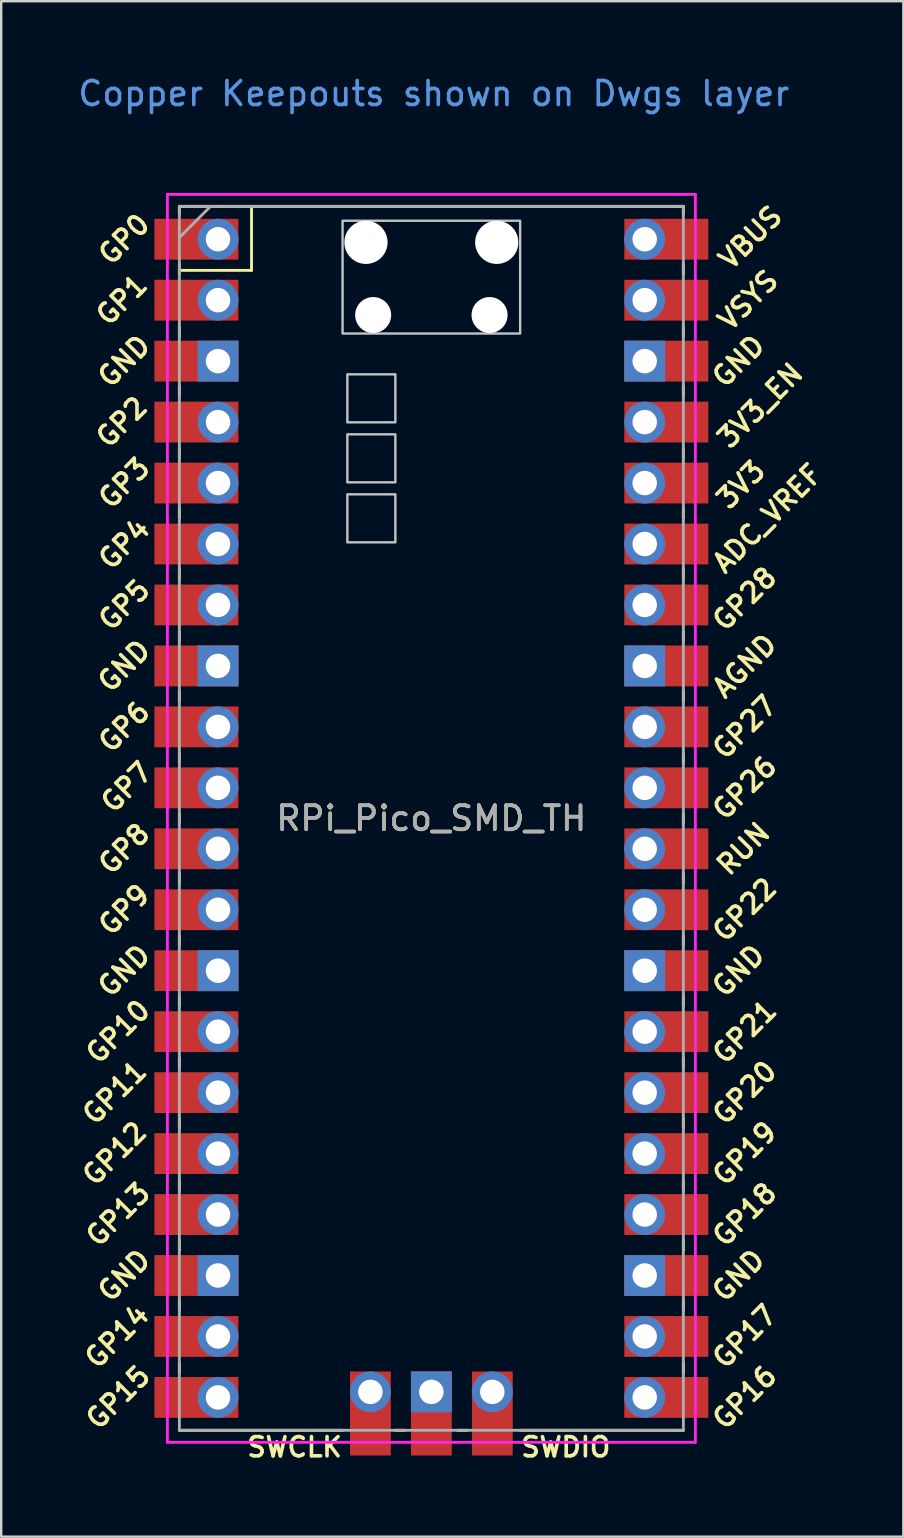
<source format=kicad_pcb>
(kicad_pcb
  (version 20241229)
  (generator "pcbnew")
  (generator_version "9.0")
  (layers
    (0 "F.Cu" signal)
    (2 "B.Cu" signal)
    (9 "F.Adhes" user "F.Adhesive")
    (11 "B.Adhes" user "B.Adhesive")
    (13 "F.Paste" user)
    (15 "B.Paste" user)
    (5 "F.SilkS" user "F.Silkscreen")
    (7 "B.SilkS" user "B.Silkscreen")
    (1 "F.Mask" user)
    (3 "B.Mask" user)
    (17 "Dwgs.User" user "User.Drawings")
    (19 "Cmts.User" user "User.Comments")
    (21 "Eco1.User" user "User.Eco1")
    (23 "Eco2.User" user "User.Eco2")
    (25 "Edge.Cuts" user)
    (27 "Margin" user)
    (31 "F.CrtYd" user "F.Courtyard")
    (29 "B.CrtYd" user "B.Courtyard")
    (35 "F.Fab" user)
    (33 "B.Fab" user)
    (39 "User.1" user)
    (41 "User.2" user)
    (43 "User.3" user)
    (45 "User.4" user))
  (footprint "RPi_Pico_SMD_TH"
    (layer "F.Cu")
    (at 14.924 31.048)
    (property "Reference" "RPi_Pico_SMD_TH" (at 0 0 0) (layer "F.SilkS") (effects (font (size 1 1) (thickness 0.15))))
    (attr through_hole)
    (fp_line (start -10.5 -25.5) (end -10.5 -25.2) (stroke (width 0.12) (type solid)) (layer "F.SilkS"))
    (fp_line (start -10.5 -25.5) (end 10.5 -25.5) (stroke (width 0.12) (type solid)) (layer "F.SilkS"))
    (fp_line (start -10.5 -23.1) (end -10.5 -22.7) (stroke (width 0.12) (type solid)) (layer "F.SilkS"))
    (fp_line (start -10.5 -22.833) (end -7.493 -22.833) (stroke (width 0.12) (type solid)) (layer "F.SilkS"))
    (fp_line (start -10.5 -20.5) (end -10.5 -20.1) (stroke (width 0.12) (type solid)) (layer "F.SilkS"))
    (fp_line (start -10.5 -18) (end -10.5 -17.6) (stroke (width 0.12) (type solid)) (layer "F.SilkS"))
    (fp_line (start -10.5 -15.4) (end -10.5 -15) (stroke (width 0.12) (type solid)) (layer "F.SilkS"))
    (fp_line (start -10.5 -12.9) (end -10.5 -12.5) (stroke (width 0.12) (type solid)) (layer "F.SilkS"))
    (fp_line (start -10.5 -10.4) (end -10.5 -10) (stroke (width 0.12) (type solid)) (layer "F.SilkS"))
    (fp_line (start -10.5 -7.8) (end -10.5 -7.4) (stroke (width 0.12) (type solid)) (layer "F.SilkS"))
    (fp_line (start -10.5 -5.3) (end -10.5 -4.9) (stroke (width 0.12) (type solid)) (layer "F.SilkS"))
    (fp_line (start -10.5 -2.7) (end -10.5 -2.3) (stroke (width 0.12) (type solid)) (layer "F.SilkS"))
    (fp_line (start -10.5 -0.2) (end -10.5 0.2) (stroke (width 0.12) (type solid)) (layer "F.SilkS"))
    (fp_line (start -10.5 2.3) (end -10.5 2.7) (stroke (width 0.12) (type solid)) (layer "F.SilkS"))
    (fp_line (start -10.5 4.9) (end -10.5 5.3) (stroke (width 0.12) (type solid)) (layer "F.SilkS"))
    (fp_line (start -10.5 7.4) (end -10.5 7.8) (stroke (width 0.12) (type solid)) (layer "F.SilkS"))
    (fp_line (start -10.5 10) (end -10.5 10.4) (stroke (width 0.12) (type solid)) (layer "F.SilkS"))
    (fp_line (start -10.5 12.5) (end -10.5 12.9) (stroke (width 0.12) (type solid)) (layer "F.SilkS"))
    (fp_line (start -10.5 15.1) (end -10.5 15.5) (stroke (width 0.12) (type solid)) (layer "F.SilkS"))
    (fp_line (start -10.5 17.6) (end -10.5 18) (stroke (width 0.12) (type solid)) (layer "F.SilkS"))
    (fp_line (start -10.5 20.1) (end -10.5 20.5) (stroke (width 0.12) (type solid)) (layer "F.SilkS"))
    (fp_line (start -10.5 22.7) (end -10.5 23.1) (stroke (width 0.12) (type solid)) (layer "F.SilkS"))
    (fp_line (start -7.493 -22.833) (end -7.493 -25.5) (stroke (width 0.12) (type solid)) (layer "F.SilkS"))
    (fp_line (start -3.7 25.5) (end -10.5 25.5) (stroke (width 0.12) (type solid)) (layer "F.SilkS"))
    (fp_line (start -1.5 25.5) (end -1.1 25.5) (stroke (width 0.12) (type solid)) (layer "F.SilkS"))
    (fp_line (start 1.1 25.5) (end 1.5 25.5) (stroke (width 0.12) (type solid)) (layer "F.SilkS"))
    (fp_line (start 10.5 -25.5) (end 10.5 -25.2) (stroke (width 0.12) (type solid)) (layer "F.SilkS"))
    (fp_line (start 10.5 -23.1) (end 10.5 -22.7) (stroke (width 0.12) (type solid)) (layer "F.SilkS"))
    (fp_line (start 10.5 -20.5) (end 10.5 -20.1) (stroke (width 0.12) (type solid)) (layer "F.SilkS"))
    (fp_line (start 10.5 -18) (end 10.5 -17.6) (stroke (width 0.12) (type solid)) (layer "F.SilkS"))
    (fp_line (start 10.5 -15.4) (end 10.5 -15) (stroke (width 0.12) (type solid)) (layer "F.SilkS"))
    (fp_line (start 10.5 -12.9) (end 10.5 -12.5) (stroke (width 0.12) (type solid)) (layer "F.SilkS"))
    (fp_line (start 10.5 -10.4) (end 10.5 -10) (stroke (width 0.12) (type solid)) (layer "F.SilkS"))
    (fp_line (start 10.5 -7.8) (end 10.5 -7.4) (stroke (width 0.12) (type solid)) (layer "F.SilkS"))
    (fp_line (start 10.5 -5.3) (end 10.5 -4.9) (stroke (width 0.12) (type solid)) (layer "F.SilkS"))
    (fp_line (start 10.5 -2.7) (end 10.5 -2.3) (stroke (width 0.12) (type solid)) (layer "F.SilkS"))
    (fp_line (start 10.5 -0.2) (end 10.5 0.2) (stroke (width 0.12) (type solid)) (layer "F.SilkS"))
    (fp_line (start 10.5 2.3) (end 10.5 2.7) (stroke (width 0.12) (type solid)) (layer "F.SilkS"))
    (fp_line (start 10.5 4.9) (end 10.5 5.3) (stroke (width 0.12) (type solid)) (layer "F.SilkS"))
    (fp_line (start 10.5 7.4) (end 10.5 7.8) (stroke (width 0.12) (type solid)) (layer "F.SilkS"))
    (fp_line (start 10.5 10) (end 10.5 10.4) (stroke (width 0.12) (type solid)) (layer "F.SilkS"))
    (fp_line (start 10.5 12.5) (end 10.5 12.9) (stroke (width 0.12) (type solid)) (layer "F.SilkS"))
    (fp_line (start 10.5 15.1) (end 10.5 15.5) (stroke (width 0.12) (type solid)) (layer "F.SilkS"))
    (fp_line (start 10.5 17.6) (end 10.5 18) (stroke (width 0.12) (type solid)) (layer "F.SilkS"))
    (fp_line (start 10.5 20.1) (end 10.5 20.5) (stroke (width 0.12) (type solid)) (layer "F.SilkS"))
    (fp_line (start 10.5 22.7) (end 10.5 23.1) (stroke (width 0.12) (type solid)) (layer "F.SilkS"))
    (fp_line (start 10.5 25.5) (end 3.7 25.5) (stroke (width 0.12) (type solid)) (layer "F.SilkS"))
    (fp_poly (pts (xy -1.5 -16.5) (xy -3.5 -16.5) (xy -3.5 -18.5) (xy -1.5 -18.5)) (stroke (width 0.1) (type solid)) (fill no) (layer "Dwgs.User"))
    (fp_poly (pts (xy -1.5 -14) (xy -3.5 -14) (xy -3.5 -16) (xy -1.5 -16)) (stroke (width 0.1) (type solid)) (fill no) (layer "Dwgs.User"))
    (fp_poly (pts (xy -1.5 -11.5) (xy -3.5 -11.5) (xy -3.5 -13.5) (xy -1.5 -13.5)) (stroke (width 0.1) (type solid)) (fill no) (layer "Dwgs.User"))
    (fp_poly (pts (xy 3.7 -20.2) (xy -3.7 -20.2) (xy -3.7 -24.9) (xy 3.7 -24.9)) (stroke (width 0.1) (type solid)) (fill no) (layer "Dwgs.User"))
    (fp_line (start -11 -26) (end 11 -26) (stroke (width 0.12) (type solid)) (layer "F.CrtYd"))
    (fp_line (start -11 26) (end -11 -26) (stroke (width 0.12) (type solid)) (layer "F.CrtYd"))
    (fp_line (start 11 -26) (end 11 26) (stroke (width 0.12) (type solid)) (layer "F.CrtYd"))
    (fp_line (start 11 26) (end -11 26) (stroke (width 0.12) (type solid)) (layer "F.CrtYd"))
    (fp_line (start -10.5 -25.5) (end 10.5 -25.5) (stroke (width 0.12) (type solid)) (layer "F.Fab"))
    (fp_line (start -10.5 -24.2) (end -9.2 -25.5) (stroke (width 0.12) (type solid)) (layer "F.Fab"))
    (fp_line (start -10.5 25.5) (end -10.5 -25.5) (stroke (width 0.12) (type solid)) (layer "F.Fab"))
    (fp_line (start 10.5 -25.5) (end 10.5 25.5) (stroke (width 0.12) (type solid)) (layer "F.Fab"))
    (fp_line (start 10.5 25.5) (end -10.5 25.5) (stroke (width 0.12) (type solid)) (layer "F.Fab"))
    (fp_text user "GP1" (at -12.9 -21.6 45) (layer "F.SilkS") (effects (font (size 0.8 0.8) (thickness 0.15))))
    (fp_text user "SWDIO" (at 5.6 26.2 0) (layer "F.SilkS") (effects (font (size 0.8 0.8) (thickness 0.15))))
    (fp_text user "GP9" (at -12.8 3.81 45) (layer "F.SilkS") (effects (font (size 0.8 0.8) (thickness 0.15))))
    (fp_text user "GP15" (at -13.054 24.13 45) (layer "F.SilkS") (effects (font (size 0.8 0.8) (thickness 0.15))))
    (fp_text user "GND" (at -12.8 19.05 45) (layer "F.SilkS") (effects (font (size 0.8 0.8) (thickness 0.15))))
    (fp_text user "3V3_EN" (at 13.7 -17.2 45) (layer "F.SilkS") (effects (font (size 0.8 0.8) (thickness 0.15))))
    (fp_text user "GND" (at -12.8 6.35 45) (layer "F.SilkS") (effects (font (size 0.8 0.8) (thickness 0.15))))
    (fp_text user "GP18" (at 13.054 16.51 45) (layer "F.SilkS") (effects (font (size 0.8 0.8) (thickness 0.15))))
    (fp_text user "ADC_VREF" (at 14 -12.5 45) (layer "F.SilkS") (effects (font (size 0.8 0.8) (thickness 0.15))))
    (fp_text user "GP3" (at -12.8 -13.97 45) (layer "F.SilkS") (effects (font (size 0.8 0.8) (thickness 0.15))))
    (fp_text user "3V3" (at 12.9 -13.9 45) (layer "F.SilkS") (effects (font (size 0.8 0.8) (thickness 0.15))))
    (fp_text user "GP16" (at 13.054 24.13 45) (layer "F.SilkS") (effects (font (size 0.8 0.8) (thickness 0.15))))
    (fp_text user "RUN" (at 13 1.27 45) (layer "F.SilkS") (effects (font (size 0.8 0.8) (thickness 0.15))))
    (fp_text user "GP2" (at -12.9 -16.51 45) (layer "F.SilkS") (effects (font (size 0.8 0.8) (thickness 0.15))))
    (fp_text user "GND" (at 12.8 19.05 45) (layer "F.SilkS") (effects (font (size 0.8 0.8) (thickness 0.15))))
    (fp_text user "GP20" (at 13.054 11.43 45) (layer "F.SilkS") (effects (font (size 0.8 0.8) (thickness 0.15))))
    (fp_text user "GND" (at 12.8 6.35 45) (layer "F.SilkS") (effects (font (size 0.8 0.8) (thickness 0.15))))
    (fp_text user "GP7" (at -12.7 -1.3 45) (layer "F.SilkS") (effects (font (size 0.8 0.8) (thickness 0.15))))
    (fp_text user "GP5" (at -12.8 -8.89 45) (layer "F.SilkS") (effects (font (size 0.8 0.8) (thickness 0.15))))
    (fp_text user "GP11" (at -13.2 11.43 45) (layer "F.SilkS") (effects (font (size 0.8 0.8) (thickness 0.15))))
    (fp_text user "GP6" (at -12.8 -3.81 45) (layer "F.SilkS") (effects (font (size 0.8 0.8) (thickness 0.15))))
    (fp_text user "GP21" (at 13.054 8.9 45) (layer "F.SilkS") (effects (font (size 0.8 0.8) (thickness 0.15))))
    (fp_text user "GP13" (at -13.054 16.51 45) (layer "F.SilkS") (effects (font (size 0.8 0.8) (thickness 0.15))))
    (fp_text user "VBUS" (at 13.3 -24.2 45) (layer "F.SilkS") (effects (font (size 0.8 0.8) (thickness 0.15))))
    (fp_text user "GND" (at -12.8 -19.05 45) (layer "F.SilkS") (effects (font (size 0.8 0.8) (thickness 0.15))))
    (fp_text user "GP8" (at -12.8 1.27 45) (layer "F.SilkS") (effects (font (size 0.8 0.8) (thickness 0.15))))
    (fp_text user "GND" (at 12.8 -19.05 45) (layer "F.SilkS") (effects (font (size 0.8 0.8) (thickness 0.15))))
    (fp_text user "GP12" (at -13.2 13.97 45) (layer "F.SilkS") (effects (font (size 0.8 0.8) (thickness 0.15))))
    (fp_text user "GP22" (at 13.054 3.81 45) (layer "F.SilkS") (effects (font (size 0.8 0.8) (thickness 0.15))))
    (fp_text user "GND" (at -12.8 -6.35 45) (layer "F.SilkS") (effects (font (size 0.8 0.8) (thickness 0.15))))
    (fp_text user "GP27" (at 13.054 -3.8 45) (layer "F.SilkS") (effects (font (size 0.8 0.8) (thickness 0.15))))
    (fp_text user "VSYS" (at 13.2 -21.59 45) (layer "F.SilkS") (effects (font (size 0.8 0.8) (thickness 0.15))))
    (fp_text user "GP14" (at -13.1 21.59 45) (layer "F.SilkS") (effects (font (size 0.8 0.8) (thickness 0.15))))
    (fp_text user "GP4" (at -12.8 -11.43 45) (layer "F.SilkS") (effects (font (size 0.8 0.8) (thickness 0.15))))
    (fp_text user "GP0" (at -12.8 -24.13 45) (layer "F.SilkS") (effects (font (size 0.8 0.8) (thickness 0.15))))
    (fp_text user "GP28" (at 13.054 -9.144 45) (layer "F.SilkS") (effects (font (size 0.8 0.8) (thickness 0.15))))
    (fp_text user "GP26" (at 13.054 -1.27 45) (layer "F.SilkS") (effects (font (size 0.8 0.8) (thickness 0.15))))
    (fp_text user "AGND" (at 13.054 -6.35 45) (layer "F.SilkS") (effects (font (size 0.8 0.8) (thickness 0.15))))
    (fp_text user "GP19" (at 13.054 13.97 45) (layer "F.SilkS") (effects (font (size 0.8 0.8) (thickness 0.15))))
    (fp_text user "SWCLK" (at -5.7 26.2 0) (layer "F.SilkS") (effects (font (size 0.8 0.8) (thickness 0.15))))
    (fp_text user "GP10" (at -13.054 8.89 45) (layer "F.SilkS") (effects (font (size 0.8 0.8) (thickness 0.15))))
    (fp_text user "GP17" (at 13.054 21.59 45) (layer "F.SilkS") (effects (font (size 0.8 0.8) (thickness 0.15))))
    (fp_text user "Copper Keepouts shown on Dwgs layer" (at 0.1 -30.2 0) (layer "Cmts.User") (effects (font (size 1 1) (thickness 0.15))))
    (fp_text user "${REFERENCE}" (at 0 0 180) (layer "F.Fab") (effects (font (size 1 1) (thickness 0.15))))
    (pad "" np_thru_hole oval (at -2.725 -24) (size 1.8 1.8) (drill 1.8) (layers "*.Cu" "*.Mask"))
    (pad "" np_thru_hole oval (at -2.425 -20.97) (size 1.5 1.5) (drill 1.5) (layers "*.Cu" "*.Mask"))
    (pad "" np_thru_hole oval (at 2.425 -20.97) (size 1.5 1.5) (drill 1.5) (layers "*.Cu" "*.Mask"))
    (pad "" np_thru_hole oval (at 2.725 -24) (size 1.8 1.8) (drill 1.8) (layers "*.Cu" "*.Mask"))
    (pad "1" thru_hole oval (at -8.89 -24.13) (size 1.7 1.7) (drill 1.02) (layers "*.Cu" "*.Mask"))
    (pad "1" smd rect (at -8.89 -24.13) (size 3.5 1.7) (drill (offset -0.9 0)) (layers "F.Cu" "F.Mask"))
    (pad "2" thru_hole oval (at -8.89 -21.59) (size 1.7 1.7) (drill 1.02) (layers "*.Cu" "*.Mask"))
    (pad "2" smd rect (at -8.89 -21.59) (size 3.5 1.7) (drill (offset -0.9 0)) (layers "F.Cu" "F.Mask"))
    (pad "3" thru_hole rect (at -8.89 -19.05) (size 1.7 1.7) (drill 1.02) (layers "*.Cu" "*.Mask"))
    (pad "3" smd rect (at -8.89 -19.05) (size 3.5 1.7) (drill (offset -0.9 0)) (layers "F.Cu" "F.Mask"))
    (pad "4" thru_hole oval (at -8.89 -16.51) (size 1.7 1.7) (drill 1.02) (layers "*.Cu" "*.Mask"))
    (pad "4" smd rect (at -8.89 -16.51) (size 3.5 1.7) (drill (offset -0.9 0)) (layers "F.Cu" "F.Mask"))
    (pad "5" thru_hole oval (at -8.89 -13.97) (size 1.7 1.7) (drill 1.02) (layers "*.Cu" "*.Mask"))
    (pad "5" smd rect (at -8.89 -13.97) (size 3.5 1.7) (drill (offset -0.9 0)) (layers "F.Cu" "F.Mask"))
    (pad "6" thru_hole oval (at -8.89 -11.43) (size 1.7 1.7) (drill 1.02) (layers "*.Cu" "*.Mask"))
    (pad "6" smd rect (at -8.89 -11.43) (size 3.5 1.7) (drill (offset -0.9 0)) (layers "F.Cu" "F.Mask"))
    (pad "7" thru_hole oval (at -8.89 -8.89) (size 1.7 1.7) (drill 1.02) (layers "*.Cu" "*.Mask"))
    (pad "7" smd rect (at -8.89 -8.89) (size 3.5 1.7) (drill (offset -0.9 0)) (layers "F.Cu" "F.Mask"))
    (pad "8" thru_hole rect (at -8.89 -6.35) (size 1.7 1.7) (drill 1.02) (layers "*.Cu" "*.Mask"))
    (pad "8" smd rect (at -8.89 -6.35) (size 3.5 1.7) (drill (offset -0.9 0)) (layers "F.Cu" "F.Mask"))
    (pad "9" thru_hole oval (at -8.89 -3.81) (size 1.7 1.7) (drill 1.02) (layers "*.Cu" "*.Mask"))
    (pad "9" smd rect (at -8.89 -3.81) (size 3.5 1.7) (drill (offset -0.9 0)) (layers "F.Cu" "F.Mask"))
    (pad "10" thru_hole oval (at -8.89 -1.27) (size 1.7 1.7) (drill 1.02) (layers "*.Cu" "*.Mask"))
    (pad "10" smd rect (at -8.89 -1.27) (size 3.5 1.7) (drill (offset -0.9 0)) (layers "F.Cu" "F.Mask"))
    (pad "11" thru_hole oval (at -8.89 1.27) (size 1.7 1.7) (drill 1.02) (layers "*.Cu" "*.Mask"))
    (pad "11" smd rect (at -8.89 1.27) (size 3.5 1.7) (drill (offset -0.9 0)) (layers "F.Cu" "F.Mask"))
    (pad "12" thru_hole oval (at -8.89 3.81) (size 1.7 1.7) (drill 1.02) (layers "*.Cu" "*.Mask"))
    (pad "12" smd rect (at -8.89 3.81) (size 3.5 1.7) (drill (offset -0.9 0)) (layers "F.Cu" "F.Mask"))
    (pad "13" thru_hole rect (at -8.89 6.35) (size 1.7 1.7) (drill 1.02) (layers "*.Cu" "*.Mask"))
    (pad "13" smd rect (at -8.89 6.35) (size 3.5 1.7) (drill (offset -0.9 0)) (layers "F.Cu" "F.Mask"))
    (pad "14" thru_hole oval (at -8.89 8.89) (size 1.7 1.7) (drill 1.02) (layers "*.Cu" "*.Mask"))
    (pad "14" smd rect (at -8.89 8.89) (size 3.5 1.7) (drill (offset -0.9 0)) (layers "F.Cu" "F.Mask"))
    (pad "15" thru_hole oval (at -8.89 11.43) (size 1.7 1.7) (drill 1.02) (layers "*.Cu" "*.Mask"))
    (pad "15" smd rect (at -8.89 11.43) (size 3.5 1.7) (drill (offset -0.9 0)) (layers "F.Cu" "F.Mask"))
    (pad "16" thru_hole oval (at -8.89 13.97) (size 1.7 1.7) (drill 1.02) (layers "*.Cu" "*.Mask"))
    (pad "16" smd rect (at -8.89 13.97) (size 3.5 1.7) (drill (offset -0.9 0)) (layers "F.Cu" "F.Mask"))
    (pad "17" thru_hole oval (at -8.89 16.51) (size 1.7 1.7) (drill 1.02) (layers "*.Cu" "*.Mask"))
    (pad "17" smd rect (at -8.89 16.51) (size 3.5 1.7) (drill (offset -0.9 0)) (layers "F.Cu" "F.Mask"))
    (pad "18" thru_hole rect (at -8.89 19.05) (size 1.7 1.7) (drill 1.02) (layers "*.Cu" "*.Mask"))
    (pad "18" smd rect (at -8.89 19.05) (size 3.5 1.7) (drill (offset -0.9 0)) (layers "F.Cu" "F.Mask"))
    (pad "19" thru_hole oval (at -8.89 21.59) (size 1.7 1.7) (drill 1.02) (layers "*.Cu" "*.Mask"))
    (pad "19" smd rect (at -8.89 21.59) (size 3.5 1.7) (drill (offset -0.9 0)) (layers "F.Cu" "F.Mask"))
    (pad "20" thru_hole oval (at -8.89 24.13) (size 1.7 1.7) (drill 1.02) (layers "*.Cu" "*.Mask"))
    (pad "20" smd rect (at -8.89 24.13) (size 3.5 1.7) (drill (offset -0.9 0)) (layers "F.Cu" "F.Mask"))
    (pad "21" thru_hole oval (at 8.89 24.13) (size 1.7 1.7) (drill 1.02) (layers "*.Cu" "*.Mask"))
    (pad "21" smd rect (at 8.89 24.13) (size 3.5 1.7) (drill (offset 0.9 0)) (layers "F.Cu" "F.Mask"))
    (pad "22" thru_hole oval (at 8.89 21.59) (size 1.7 1.7) (drill 1.02) (layers "*.Cu" "*.Mask"))
    (pad "22" smd rect (at 8.89 21.59) (size 3.5 1.7) (drill (offset 0.9 0)) (layers "F.Cu" "F.Mask"))
    (pad "23" thru_hole rect (at 8.89 19.05) (size 1.7 1.7) (drill 1.02) (layers "*.Cu" "*.Mask"))
    (pad "23" smd rect (at 8.89 19.05) (size 3.5 1.7) (drill (offset 0.9 0)) (layers "F.Cu" "F.Mask"))
    (pad "24" thru_hole oval (at 8.89 16.51) (size 1.7 1.7) (drill 1.02) (layers "*.Cu" "*.Mask"))
    (pad "24" smd rect (at 8.89 16.51) (size 3.5 1.7) (drill (offset 0.9 0)) (layers "F.Cu" "F.Mask"))
    (pad "25" thru_hole oval (at 8.89 13.97) (size 1.7 1.7) (drill 1.02) (layers "*.Cu" "*.Mask"))
    (pad "25" smd rect (at 8.89 13.97) (size 3.5 1.7) (drill (offset 0.9 0)) (layers "F.Cu" "F.Mask"))
    (pad "26" thru_hole oval (at 8.89 11.43) (size 1.7 1.7) (drill 1.02) (layers "*.Cu" "*.Mask"))
    (pad "26" smd rect (at 8.89 11.43) (size 3.5 1.7) (drill (offset 0.9 0)) (layers "F.Cu" "F.Mask"))
    (pad "27" thru_hole oval (at 8.89 8.89) (size 1.7 1.7) (drill 1.02) (layers "*.Cu" "*.Mask"))
    (pad "27" smd rect (at 8.89 8.89) (size 3.5 1.7) (drill (offset 0.9 0)) (layers "F.Cu" "F.Mask"))
    (pad "28" thru_hole rect (at 8.89 6.35) (size 1.7 1.7) (drill 1.02) (layers "*.Cu" "*.Mask"))
    (pad "28" smd rect (at 8.89 6.35) (size 3.5 1.7) (drill (offset 0.9 0)) (layers "F.Cu" "F.Mask"))
    (pad "29" thru_hole oval (at 8.89 3.81) (size 1.7 1.7) (drill 1.02) (layers "*.Cu" "*.Mask"))
    (pad "29" smd rect (at 8.89 3.81) (size 3.5 1.7) (drill (offset 0.9 0)) (layers "F.Cu" "F.Mask"))
    (pad "30" thru_hole oval (at 8.89 1.27) (size 1.7 1.7) (drill 1.02) (layers "*.Cu" "*.Mask"))
    (pad "30" smd rect (at 8.89 1.27) (size 3.5 1.7) (drill (offset 0.9 0)) (layers "F.Cu" "F.Mask"))
    (pad "31" thru_hole oval (at 8.89 -1.27) (size 1.7 1.7) (drill 1.02) (layers "*.Cu" "*.Mask"))
    (pad "31" smd rect (at 8.89 -1.27) (size 3.5 1.7) (drill (offset 0.9 0)) (layers "F.Cu" "F.Mask"))
    (pad "32" thru_hole oval (at 8.89 -3.81) (size 1.7 1.7) (drill 1.02) (layers "*.Cu" "*.Mask"))
    (pad "32" smd rect (at 8.89 -3.81) (size 3.5 1.7) (drill (offset 0.9 0)) (layers "F.Cu" "F.Mask"))
    (pad "33" thru_hole rect (at 8.89 -6.35) (size 1.7 1.7) (drill 1.02) (layers "*.Cu" "*.Mask"))
    (pad "33" smd rect (at 8.89 -6.35) (size 3.5 1.7) (drill (offset 0.9 0)) (layers "F.Cu" "F.Mask"))
    (pad "34" thru_hole oval (at 8.89 -8.89) (size 1.7 1.7) (drill 1.02) (layers "*.Cu" "*.Mask"))
    (pad "34" smd rect (at 8.89 -8.89) (size 3.5 1.7) (drill (offset 0.9 0)) (layers "F.Cu" "F.Mask"))
    (pad "35" thru_hole oval (at 8.89 -11.43) (size 1.7 1.7) (drill 1.02) (layers "*.Cu" "*.Mask"))
    (pad "35" smd rect (at 8.89 -11.43) (size 3.5 1.7) (drill (offset 0.9 0)) (layers "F.Cu" "F.Mask"))
    (pad "36" thru_hole oval (at 8.89 -13.97) (size 1.7 1.7) (drill 1.02) (layers "*.Cu" "*.Mask"))
    (pad "36" smd rect (at 8.89 -13.97) (size 3.5 1.7) (drill (offset 0.9 0)) (layers "F.Cu" "F.Mask"))
    (pad "37" thru_hole oval (at 8.89 -16.51) (size 1.7 1.7) (drill 1.02) (layers "*.Cu" "*.Mask"))
    (pad "37" smd rect (at 8.89 -16.51) (size 3.5 1.7) (drill (offset 0.9 0)) (layers "F.Cu" "F.Mask"))
    (pad "38" thru_hole rect (at 8.89 -19.05) (size 1.7 1.7) (drill 1.02) (layers "*.Cu" "*.Mask"))
    (pad "38" smd rect (at 8.89 -19.05) (size 3.5 1.7) (drill (offset 0.9 0)) (layers "F.Cu" "F.Mask"))
    (pad "39" thru_hole oval (at 8.89 -21.59) (size 1.7 1.7) (drill 1.02) (layers "*.Cu" "*.Mask"))
    (pad "39" smd rect (at 8.89 -21.59) (size 3.5 1.7) (drill (offset 0.9 0)) (layers "F.Cu" "F.Mask"))
    (pad "40" thru_hole oval (at 8.89 -24.13) (size 1.7 1.7) (drill 1.02) (layers "*.Cu" "*.Mask"))
    (pad "40" smd rect (at 8.89 -24.13) (size 3.5 1.7) (drill (offset 0.9 0)) (layers "F.Cu" "F.Mask"))
    (pad "41" thru_hole oval (at -2.54 23.9) (size 1.7 1.7) (drill 1.02) (layers "*.Cu" "*.Mask"))
    (pad "41" smd rect (at -2.54 23.9 90) (size 3.5 1.7) (drill (offset -0.9 0)) (layers "F.Cu" "F.Mask"))
    (pad "42" thru_hole rect (at 0 23.9) (size 1.7 1.7) (drill 1.02) (layers "*.Cu" "*.Mask"))
    (pad "42" smd rect (at 0 23.9 90) (size 3.5 1.7) (drill (offset -0.9 0)) (layers "F.Cu" "F.Mask"))
    (pad "43" thru_hole oval (at 2.54 23.9) (size 1.7 1.7) (drill 1.02) (layers "*.Cu" "*.Mask"))
    (pad "43" smd rect (at 2.54 23.9 90) (size 3.5 1.7) (drill (offset -0.9 0)) (layers "F.Cu" "F.Mask")))
  (gr_rect
    (start -3 -3)
    (end 34.591 60.98)
    (stroke (width 0.1) (type default))
    (fill no)
    (layer "Edge.Cuts")))
</source>
